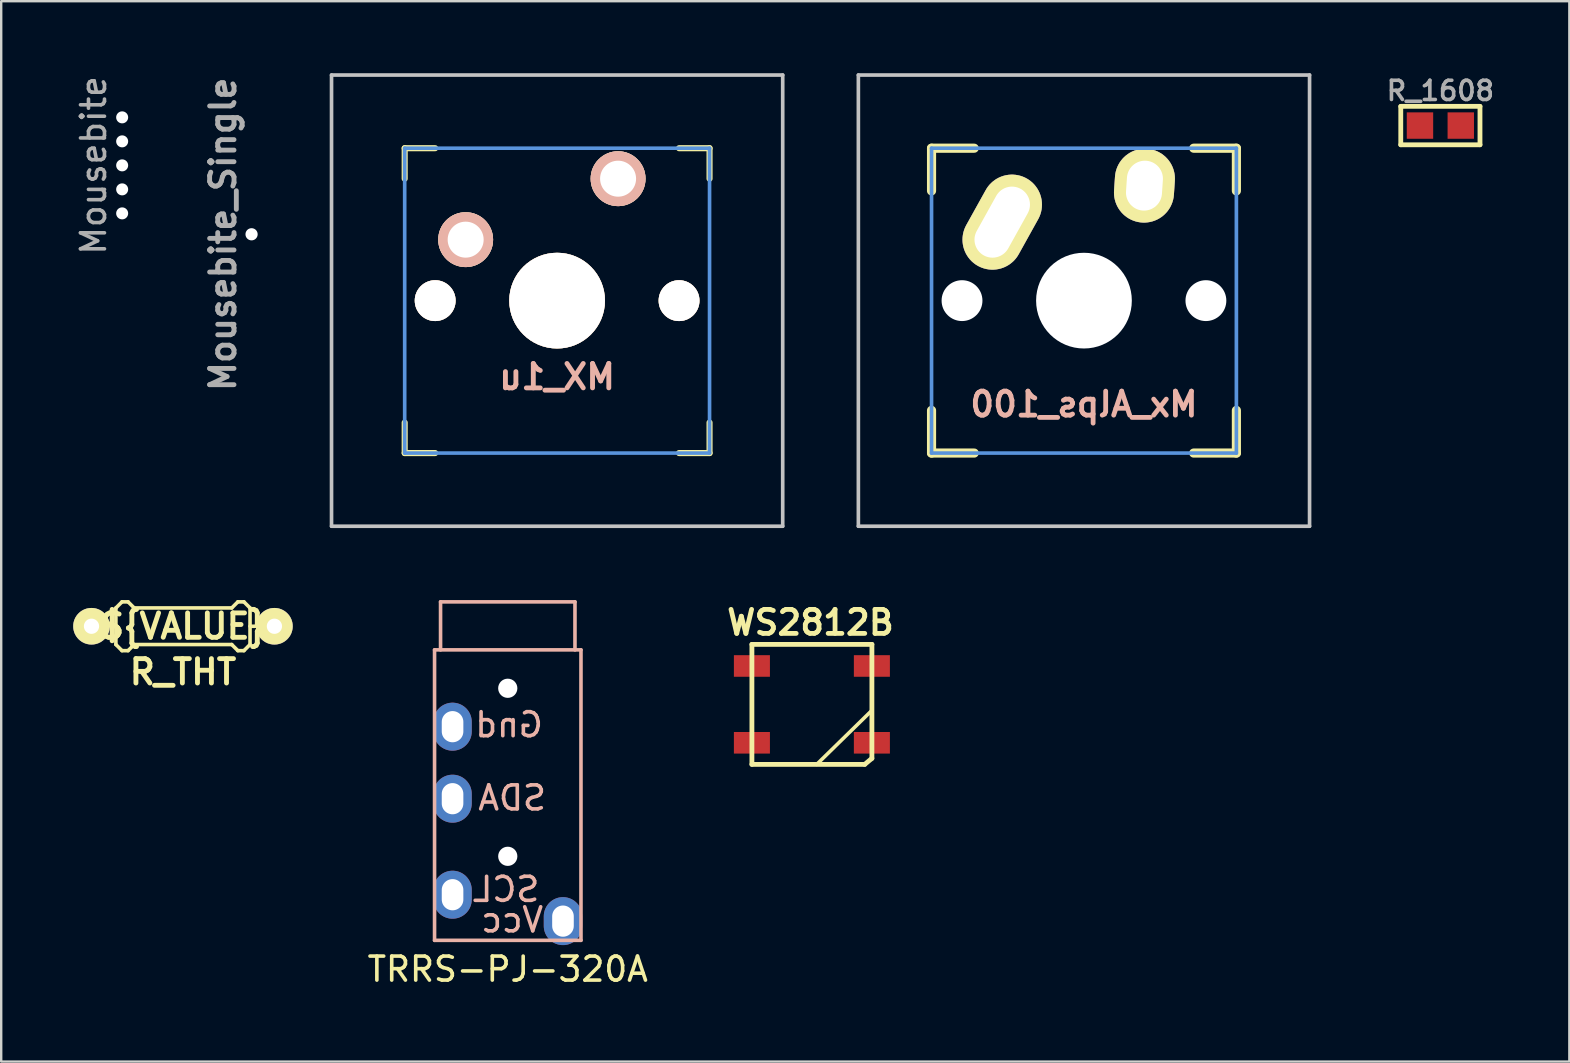
<source format=kicad_pcb>
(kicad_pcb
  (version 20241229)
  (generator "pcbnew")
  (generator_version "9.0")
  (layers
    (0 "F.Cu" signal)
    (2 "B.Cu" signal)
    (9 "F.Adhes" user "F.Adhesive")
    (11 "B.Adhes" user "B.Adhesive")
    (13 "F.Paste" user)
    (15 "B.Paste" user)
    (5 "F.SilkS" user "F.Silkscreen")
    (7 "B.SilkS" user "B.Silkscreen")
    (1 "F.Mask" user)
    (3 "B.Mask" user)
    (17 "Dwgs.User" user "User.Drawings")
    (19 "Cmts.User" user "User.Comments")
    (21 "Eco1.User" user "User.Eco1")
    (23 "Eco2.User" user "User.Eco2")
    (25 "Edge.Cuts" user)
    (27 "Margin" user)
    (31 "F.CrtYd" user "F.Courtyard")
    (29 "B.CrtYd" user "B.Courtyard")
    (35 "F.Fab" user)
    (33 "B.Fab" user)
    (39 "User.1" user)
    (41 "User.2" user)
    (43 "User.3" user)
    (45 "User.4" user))
  (footprint "Mousebite"
    (layer "F.Cu")
    (at 2.039 3.839)
    (property "Reference" "Mousebite" (at -1.191 0 90) (layer "F.Fab") (effects (font (size 1 1) (thickness 0.15))))
    (attr through_hole)
    (pad "" np_thru_hole circle (at 0 -2) (size 0.5 0.5) (drill 0.5) (layers "*.Cu" "*.Mask"))
    (pad "" np_thru_hole circle (at 0 -1) (size 0.5 0.5) (drill 0.5) (layers "*.Cu" "*.Mask"))
    (pad "" np_thru_hole circle (at 0 0) (size 0.5 0.5) (drill 0.5) (layers "*.Cu" "*.Mask"))
    (pad "" np_thru_hole circle (at 0 1) (size 0.5 0.5) (drill 0.5) (layers "*.Cu" "*.Mask"))
    (pad "" np_thru_hole circle (at 0 2) (size 0.5 0.5) (drill 0.5) (layers "*.Cu" "*.Mask")))
  (footprint "WS2812B"
    (layer "F.Cu")
    (at 30.773 26.294)
    (property "Reference" "WS2812B" (at -0.06 -3.41 0) (layer "F.SilkS") (effects (font (size 1 1) (thickness 0.2))))
    (property "Value" "${VALUE}" (at 0 3.556 0) (layer "F.Fab") (hide yes) (effects (font (size 1 1) (thickness 0.2))))
    (attr smd)
    (fp_line (start -2.5 -2.5) (end 2.5 -2.5) (stroke (width 0.2) (type solid)) (layer "F.SilkS"))
    (fp_line (start -2.499 2.499) (end -2.499 -2.499) (stroke (width 0.2) (type solid)) (layer "F.SilkS"))
    (fp_line (start 0.2 2.5) (end 2.5 0.25) (stroke (width 0.15) (type solid)) (layer "F.SilkS"))
    (fp_line (start 2.2 2.5) (end -2.5 2.5) (stroke (width 0.2) (type solid)) (layer "F.SilkS"))
    (fp_line (start 2.2 2.5) (end 2.5 2.25) (stroke (width 0.2) (type solid)) (layer "F.SilkS"))
    (fp_line (start 2.5 2.25) (end 2.5 -2.5) (stroke (width 0.2) (type solid)) (layer "F.SilkS"))
    (pad "1" smd rect (at -2.499 -1.6 90) (size 0.899 1.501) (layers "F.Cu" "F.Mask" "F.Paste"))
    (pad "2" smd rect (at -2.499 1.6 90) (size 0.899 1.501) (layers "F.Cu" "F.Mask" "F.Paste"))
    (pad "3" smd rect (at 2.499 1.6 90) (size 0.899 1.501) (layers "F.Cu" "F.Mask" "F.Paste"))
    (pad "4" smd rect (at 2.499 -1.6 90) (size 0.899 1.501) (layers "F.Cu" "F.Mask" "F.Paste")))
  (footprint "Mousebite_Single"
    (layer "F.Cu")
    (at 7.43 6.71)
    (property "Reference" "Mousebite_Single" (at -1.191 0 90) (layer "F.Fab") (effects (font (size 1.016 1.016) (thickness 0.203))))
    (attr through_hole)
    (pad "" np_thru_hole circle (at 0 0) (size 0.508 0.508) (drill 0.508) (layers "*.Cu" "*.Mask")))
  (footprint "Mx_Alps_100"
    (layer "F.Cu")
    (at 42.107 9.474)
    (property "Reference" "Mx_Alps_100" (at 0 4.318 0) (layer "B.SilkS") (effects (font (size 1 1) (thickness 0.2)) (justify mirror)))
    (property "Value" "${VALUE}" (at 5.334 10.922 0) (layer "F.Fab") (hide yes) (effects (font (size 1.524 1.524) (thickness 0.305))))
    (attr through_hole)
    (fp_line (start -6.35 -6.35) (end -4.572 -6.35) (stroke (width 0.381) (type solid)) (layer "F.SilkS"))
    (fp_line (start -6.35 -4.572) (end -6.35 -6.35) (stroke (width 0.381) (type solid)) (layer "F.SilkS"))
    (fp_line (start -6.35 6.35) (end -6.35 4.572) (stroke (width 0.381) (type solid)) (layer "F.SilkS"))
    (fp_line (start -4.572 6.35) (end -6.35 6.35) (stroke (width 0.381) (type solid)) (layer "F.SilkS"))
    (fp_line (start 4.572 -6.35) (end 6.35 -6.35) (stroke (width 0.381) (type solid)) (layer "F.SilkS"))
    (fp_line (start 6.35 -6.35) (end 6.35 -4.572) (stroke (width 0.381) (type solid)) (layer "F.SilkS"))
    (fp_line (start 6.35 4.572) (end 6.35 6.35) (stroke (width 0.381) (type solid)) (layer "F.SilkS"))
    (fp_line (start 6.35 6.35) (end 4.572 6.35) (stroke (width 0.381) (type solid)) (layer "F.SilkS"))
    (fp_line (start -9.398 -9.398) (end 9.398 -9.398) (stroke (width 0.152) (type solid)) (layer "Dwgs.User"))
    (fp_line (start -9.398 9.398) (end -9.398 -9.398) (stroke (width 0.152) (type solid)) (layer "Dwgs.User"))
    (fp_line (start 9.398 -9.398) (end 9.398 9.398) (stroke (width 0.152) (type solid)) (layer "Dwgs.User"))
    (fp_line (start 9.398 9.398) (end -9.398 9.398) (stroke (width 0.152) (type solid)) (layer "Dwgs.User"))
    (fp_line (start -6.35 -6.35) (end 6.35 -6.35) (stroke (width 0.152) (type solid)) (layer "Cmts.User"))
    (fp_line (start -6.35 6.35) (end -6.35 -6.35) (stroke (width 0.152) (type solid)) (layer "Cmts.User"))
    (fp_line (start 6.35 -6.35) (end 6.35 6.35) (stroke (width 0.152) (type solid)) (layer "Cmts.User"))
    (fp_line (start 6.35 6.35) (end -6.35 6.35) (stroke (width 0.152) (type solid)) (layer "Cmts.User"))
    (fp_line (start -6.985 -6.985) (end 6.985 -6.985) (stroke (width 0.152) (type solid)) (layer "Eco2.User"))
    (fp_line (start -6.985 6.985) (end -6.985 -6.985) (stroke (width 0.152) (type solid)) (layer "Eco2.User"))
    (fp_line (start 6.985 -6.985) (end 6.985 6.985) (stroke (width 0.152) (type solid)) (layer "Eco2.User"))
    (fp_line (start 6.985 6.985) (end -6.985 6.985) (stroke (width 0.152) (type solid)) (layer "Eco2.User"))
    (pad "" np_thru_hole circle (at -5.08 0) (size 1.702 1.702) (drill 1.702) (layers "*.Cu"))
    (pad "" np_thru_hole circle (at 0 0) (size 3.988 3.988) (drill 3.988) (layers "*.Cu"))
    (pad "" np_thru_hole circle (at 5.08 0) (size 1.702 1.702) (drill 1.702) (layers "*.Cu"))
    (pad "SW1" thru_hole oval (at -3.405 -3.27 330.95) (size 2.5 4.17) (drill oval 1.5 3.17) (layers "*.Cu" "*.Mask" "F.SilkS"))
    (pad "SW2" thru_hole oval (at 2.52 -4.79 356.1) (size 2.5 3.08) (drill oval 1.5 2.08) (layers "*.Cu" "*.Mask" "F.SilkS")))
  (footprint "R_1608"
    (layer "F.Cu")
    (at 56.955 2.181)
    (property "Reference" "R_1608" (at 0 -1.45 0) (layer "F.Fab") (effects (font (size 0.8 0.8) (thickness 0.15))))
    (attr through_hole)
    (fp_line (start -1.65 -0.8) (end 1.65 -0.8) (stroke (width 0.2) (type solid)) (layer "F.SilkS"))
    (fp_line (start -1.65 0.8) (end -1.65 -0.8) (stroke (width 0.2) (type solid)) (layer "F.SilkS"))
    (fp_line (start 1.65 -0.8) (end 1.65 0.8) (stroke (width 0.2) (type solid)) (layer "F.SilkS"))
    (fp_line (start 1.65 0.8) (end -1.65 0.8) (stroke (width 0.2) (type solid)) (layer "F.SilkS"))
    (pad "1" smd rect (at -0.85 0) (size 1.1 1.1) (layers "F.Cu" "F.Mask" "F.Paste"))
    (pad "2" smd rect (at 0.85 0) (size 1.1 1.1) (layers "F.Cu" "F.Mask" "F.Paste")))
  (footprint "MX_1u"
    (layer "F.Cu")
    (at 20.159 9.474)
    (property "Reference" "MX_1u" (at 0 3.175 0) (layer "B.SilkS") (effects (font (size 1.016 1.016) (thickness 0.203)) (justify mirror)))
    (property "Value" "${VALUE}" (at 0 5.08 0) (layer "F.Fab") (hide yes) (effects (font (size 1.016 1.016) (thickness 0.203))))
    (attr through_hole)
    (fp_line (start -6.35 -6.35) (end -5.08 -6.35) (stroke (width 0.254) (type solid)) (layer "F.SilkS"))
    (fp_line (start -6.35 -5.08) (end -6.35 -6.35) (stroke (width 0.254) (type solid)) (layer "F.SilkS"))
    (fp_line (start -6.35 6.35) (end -6.35 5.08) (stroke (width 0.254) (type solid)) (layer "F.SilkS"))
    (fp_line (start -5.08 6.35) (end -6.35 6.35) (stroke (width 0.254) (type solid)) (layer "F.SilkS"))
    (fp_line (start 5.08 -6.35) (end 6.35 -6.35) (stroke (width 0.254) (type solid)) (layer "F.SilkS"))
    (fp_line (start 6.35 -6.35) (end 6.35 -5.08) (stroke (width 0.254) (type solid)) (layer "F.SilkS"))
    (fp_line (start 6.35 5.08) (end 6.35 6.35) (stroke (width 0.254) (type solid)) (layer "F.SilkS"))
    (fp_line (start 6.35 6.35) (end 5.08 6.35) (stroke (width 0.254) (type solid)) (layer "F.SilkS"))
    (fp_line (start -9.398 -9.398) (end 9.398 -9.398) (stroke (width 0.152) (type solid)) (layer "Dwgs.User"))
    (fp_line (start -9.398 9.398) (end -9.398 -9.398) (stroke (width 0.152) (type solid)) (layer "Dwgs.User"))
    (fp_line (start 9.398 -9.398) (end 9.398 9.398) (stroke (width 0.152) (type solid)) (layer "Dwgs.User"))
    (fp_line (start 9.398 9.398) (end -9.398 9.398) (stroke (width 0.152) (type solid)) (layer "Dwgs.User"))
    (fp_line (start -6.35 -6.35) (end 6.35 -6.35) (stroke (width 0.152) (type solid)) (layer "Cmts.User"))
    (fp_line (start -6.35 6.35) (end -6.35 -6.35) (stroke (width 0.152) (type solid)) (layer "Cmts.User"))
    (fp_line (start 6.35 -6.35) (end 6.35 6.35) (stroke (width 0.152) (type solid)) (layer "Cmts.User"))
    (fp_line (start 6.35 6.35) (end -6.35 6.35) (stroke (width 0.152) (type solid)) (layer "Cmts.User"))
    (fp_line (start -6.985 -6.985) (end 6.985 -6.985) (stroke (width 0.152) (type solid)) (layer "Eco2.User"))
    (fp_line (start -6.985 6.985) (end -6.985 -6.985) (stroke (width 0.152) (type solid)) (layer "Eco2.User"))
    (fp_line (start 6.985 -6.985) (end 6.985 6.985) (stroke (width 0.152) (type solid)) (layer "Eco2.User"))
    (fp_line (start 6.985 6.985) (end -6.985 6.985) (stroke (width 0.152) (type solid)) (layer "Eco2.User"))
    (pad "" np_thru_hole circle (at -5.08 0) (size 1.702 1.702) (drill 1.702) (layers "*.Cu" "*.SilkS" "*.Mask"))
    (pad "" np_thru_hole circle (at 0 0) (size 3.988 3.988) (drill 3.988) (layers "*.Cu" "*.SilkS" "*.Mask"))
    (pad "" np_thru_hole circle (at 5.08 0) (size 1.702 1.702) (drill 1.702) (layers "*.Cu" "*.SilkS" "*.Mask"))
    (pad "1" thru_hole circle (at -3.81 -2.54) (size 2.286 2.286) (drill 1.499) (layers "*.Cu" "*.SilkS" "*.Mask"))
    (pad "2" thru_hole circle (at 2.54 -5.08) (size 2.286 2.286) (drill 1.499) (layers "*.Cu" "*.SilkS" "*.Mask")))
  (footprint "R_THT"
    (layer "F.Cu")
    (at 4.572 23.039)
    (property "Reference" "R_THT" (at 0 1.905 0) (layer "F.SilkS") (effects (font (size 1.016 1.016) (thickness 0.203))))
    (property "Value" "${VALUE}" (at 0 -1.905 0) (layer "F.Fab") (hide yes) (effects (font (size 1.016 1.016) (thickness 0.203))))
    (attr through_hole)
    (fp_line (start -2.794 -0.762) (end -2.794 0.762) (stroke (width 0.15) (type solid)) (layer "F.SilkS"))
    (fp_line (start -2.794 0) (end -3.01 0) (stroke (width 0.15) (type solid)) (layer "F.SilkS"))
    (fp_line (start -2.794 0.762) (end -2.54 1.016) (stroke (width 0.15) (type solid)) (layer "F.SilkS"))
    (fp_line (start -2.54 -1.016) (end -2.794 -0.762) (stroke (width 0.15) (type solid)) (layer "F.SilkS"))
    (fp_line (start -2.54 1.016) (end -2.286 1.016) (stroke (width 0.15) (type solid)) (layer "F.SilkS"))
    (fp_line (start -2.286 -1.016) (end -2.54 -1.016) (stroke (width 0.15) (type solid)) (layer "F.SilkS"))
    (fp_line (start -2.286 1.016) (end -2.032 0.762) (stroke (width 0.15) (type solid)) (layer "F.SilkS"))
    (fp_line (start -2.032 -0.762) (end -2.286 -1.016) (stroke (width 0.15) (type solid)) (layer "F.SilkS"))
    (fp_line (start -2.032 0.762) (end 2.032 0.762) (stroke (width 0.15) (type solid)) (layer "F.SilkS"))
    (fp_line (start 2.032 -0.762) (end -2.032 -0.762) (stroke (width 0.15) (type solid)) (layer "F.SilkS"))
    (fp_line (start 2.032 0.762) (end 2.286 1.016) (stroke (width 0.15) (type solid)) (layer "F.SilkS"))
    (fp_line (start 2.286 -1.016) (end 2.032 -0.762) (stroke (width 0.15) (type solid)) (layer "F.SilkS"))
    (fp_line (start 2.286 1.016) (end 2.54 1.016) (stroke (width 0.15) (type solid)) (layer "F.SilkS"))
    (fp_line (start 2.54 -1.016) (end 2.286 -1.016) (stroke (width 0.15) (type solid)) (layer "F.SilkS"))
    (fp_line (start 2.54 1.016) (end 2.794 0.762) (stroke (width 0.15) (type solid)) (layer "F.SilkS"))
    (fp_line (start 2.794 -0.762) (end 2.54 -1.016) (stroke (width 0.15) (type solid)) (layer "F.SilkS"))
    (fp_line (start 2.794 0.762) (end 2.794 -0.762) (stroke (width 0.15) (type solid)) (layer "F.SilkS"))
    (fp_line (start 3.01 0) (end 2.794 0) (stroke (width 0.15) (type solid)) (layer "F.SilkS"))
    (fp_text user "${VALUE}" (at 0 0 0) (layer "F.SilkS") (effects (font (size 1.016 1.016) (thickness 0.203))))
    (pad "1" thru_hole circle (at -3.81 0) (size 1.524 1.524) (drill 0.635) (layers "*.Cu" "*.Mask" "F.SilkS"))
    (pad "2" thru_hole circle (at 3.81 0) (size 1.524 1.524) (drill 0.635) (layers "*.Cu" "*.Mask" "F.SilkS")))
  (footprint "TRRS-PJ-320A"
    (layer "F.Cu")
    (at 18.102 24.625)
    (property "Reference" "TRRS-PJ-320A" (at 0 12.7 0) (layer "F.SilkS") (effects (font (size 1 1) (thickness 0.15))))
    (attr through_hole)
    (fp_line (start -3.049 -0.602) (end -3.049 11.498) (stroke (width 0.15) (type solid)) (layer "B.SilkS"))
    (fp_line (start -3.049 -0.602) (end 3.051 -0.602) (stroke (width 0.15) (type solid)) (layer "B.SilkS"))
    (fp_line (start -3.049 11.498) (end 3.051 11.498) (stroke (width 0.15) (type solid)) (layer "B.SilkS"))
    (fp_line (start -2.799 -2.602) (end 2.801 -2.602) (stroke (width 0.15) (type solid)) (layer "B.SilkS"))
    (fp_line (start -2.799 -0.602) (end -2.799 -2.602) (stroke (width 0.15) (type solid)) (layer "B.SilkS"))
    (fp_line (start 2.801 -0.602) (end 2.801 -2.602) (stroke (width 0.15) (type solid)) (layer "B.SilkS"))
    (fp_line (start 3.051 -0.602) (end 3.051 11.498) (stroke (width 0.15) (type solid)) (layer "B.SilkS"))
    (fp_text user "Vcc" (at 0.183 10.646 0) (layer "B.SilkS") (effects (font (size 1 1) (thickness 0.15)) (justify mirror)))
    (fp_text user "SCL" (at -0.071 9.376 0) (layer "B.SilkS") (effects (font (size 1 1) (thickness 0.15)) (justify mirror)))
    (fp_text user "Gnd" (at 0.056 2.518 0) (layer "B.SilkS") (effects (font (size 1 1) (thickness 0.15)) (justify mirror)))
    (fp_text user "SDA" (at 0.183 5.566 0) (layer "B.SilkS") (effects (font (size 1 1) (thickness 0.15)) (justify mirror)))
    (pad "" np_thru_hole circle (at 0.001 0.998 180) (size 0.8 0.8) (drill 0.8) (layers "*.Cu" "*.Mask"))
    (pad "" np_thru_hole circle (at 0.001 7.998 180) (size 0.8 0.8) (drill 0.8) (layers "*.Cu" "*.Mask"))
    (pad "1" thru_hole oval (at 2.301 10.698 180) (size 1.6 2) (drill oval 0.9 1.3) (layers "*.Cu" "*.Mask"))
    (pad "2" thru_hole oval (at -2.299 9.598 180) (size 1.6 2) (drill oval 0.9 1.3) (layers "*.Cu" "*.Mask"))
    (pad "3" thru_hole oval (at -2.299 5.598 180) (size 1.6 2) (drill oval 0.9 1.3) (layers "*.Cu" "*.Mask"))
    (pad "4" thru_hole oval (at -2.299 2.598 180) (size 1.6 2) (drill oval 0.9 1.3) (layers "*.Cu" "*.Mask")))
  (gr_rect
    (start -3 -3)
    (end 62.328 41.174)
    (stroke (width 0.1) (type default))
    (fill no)
    (layer "Edge.Cuts")))
</source>
